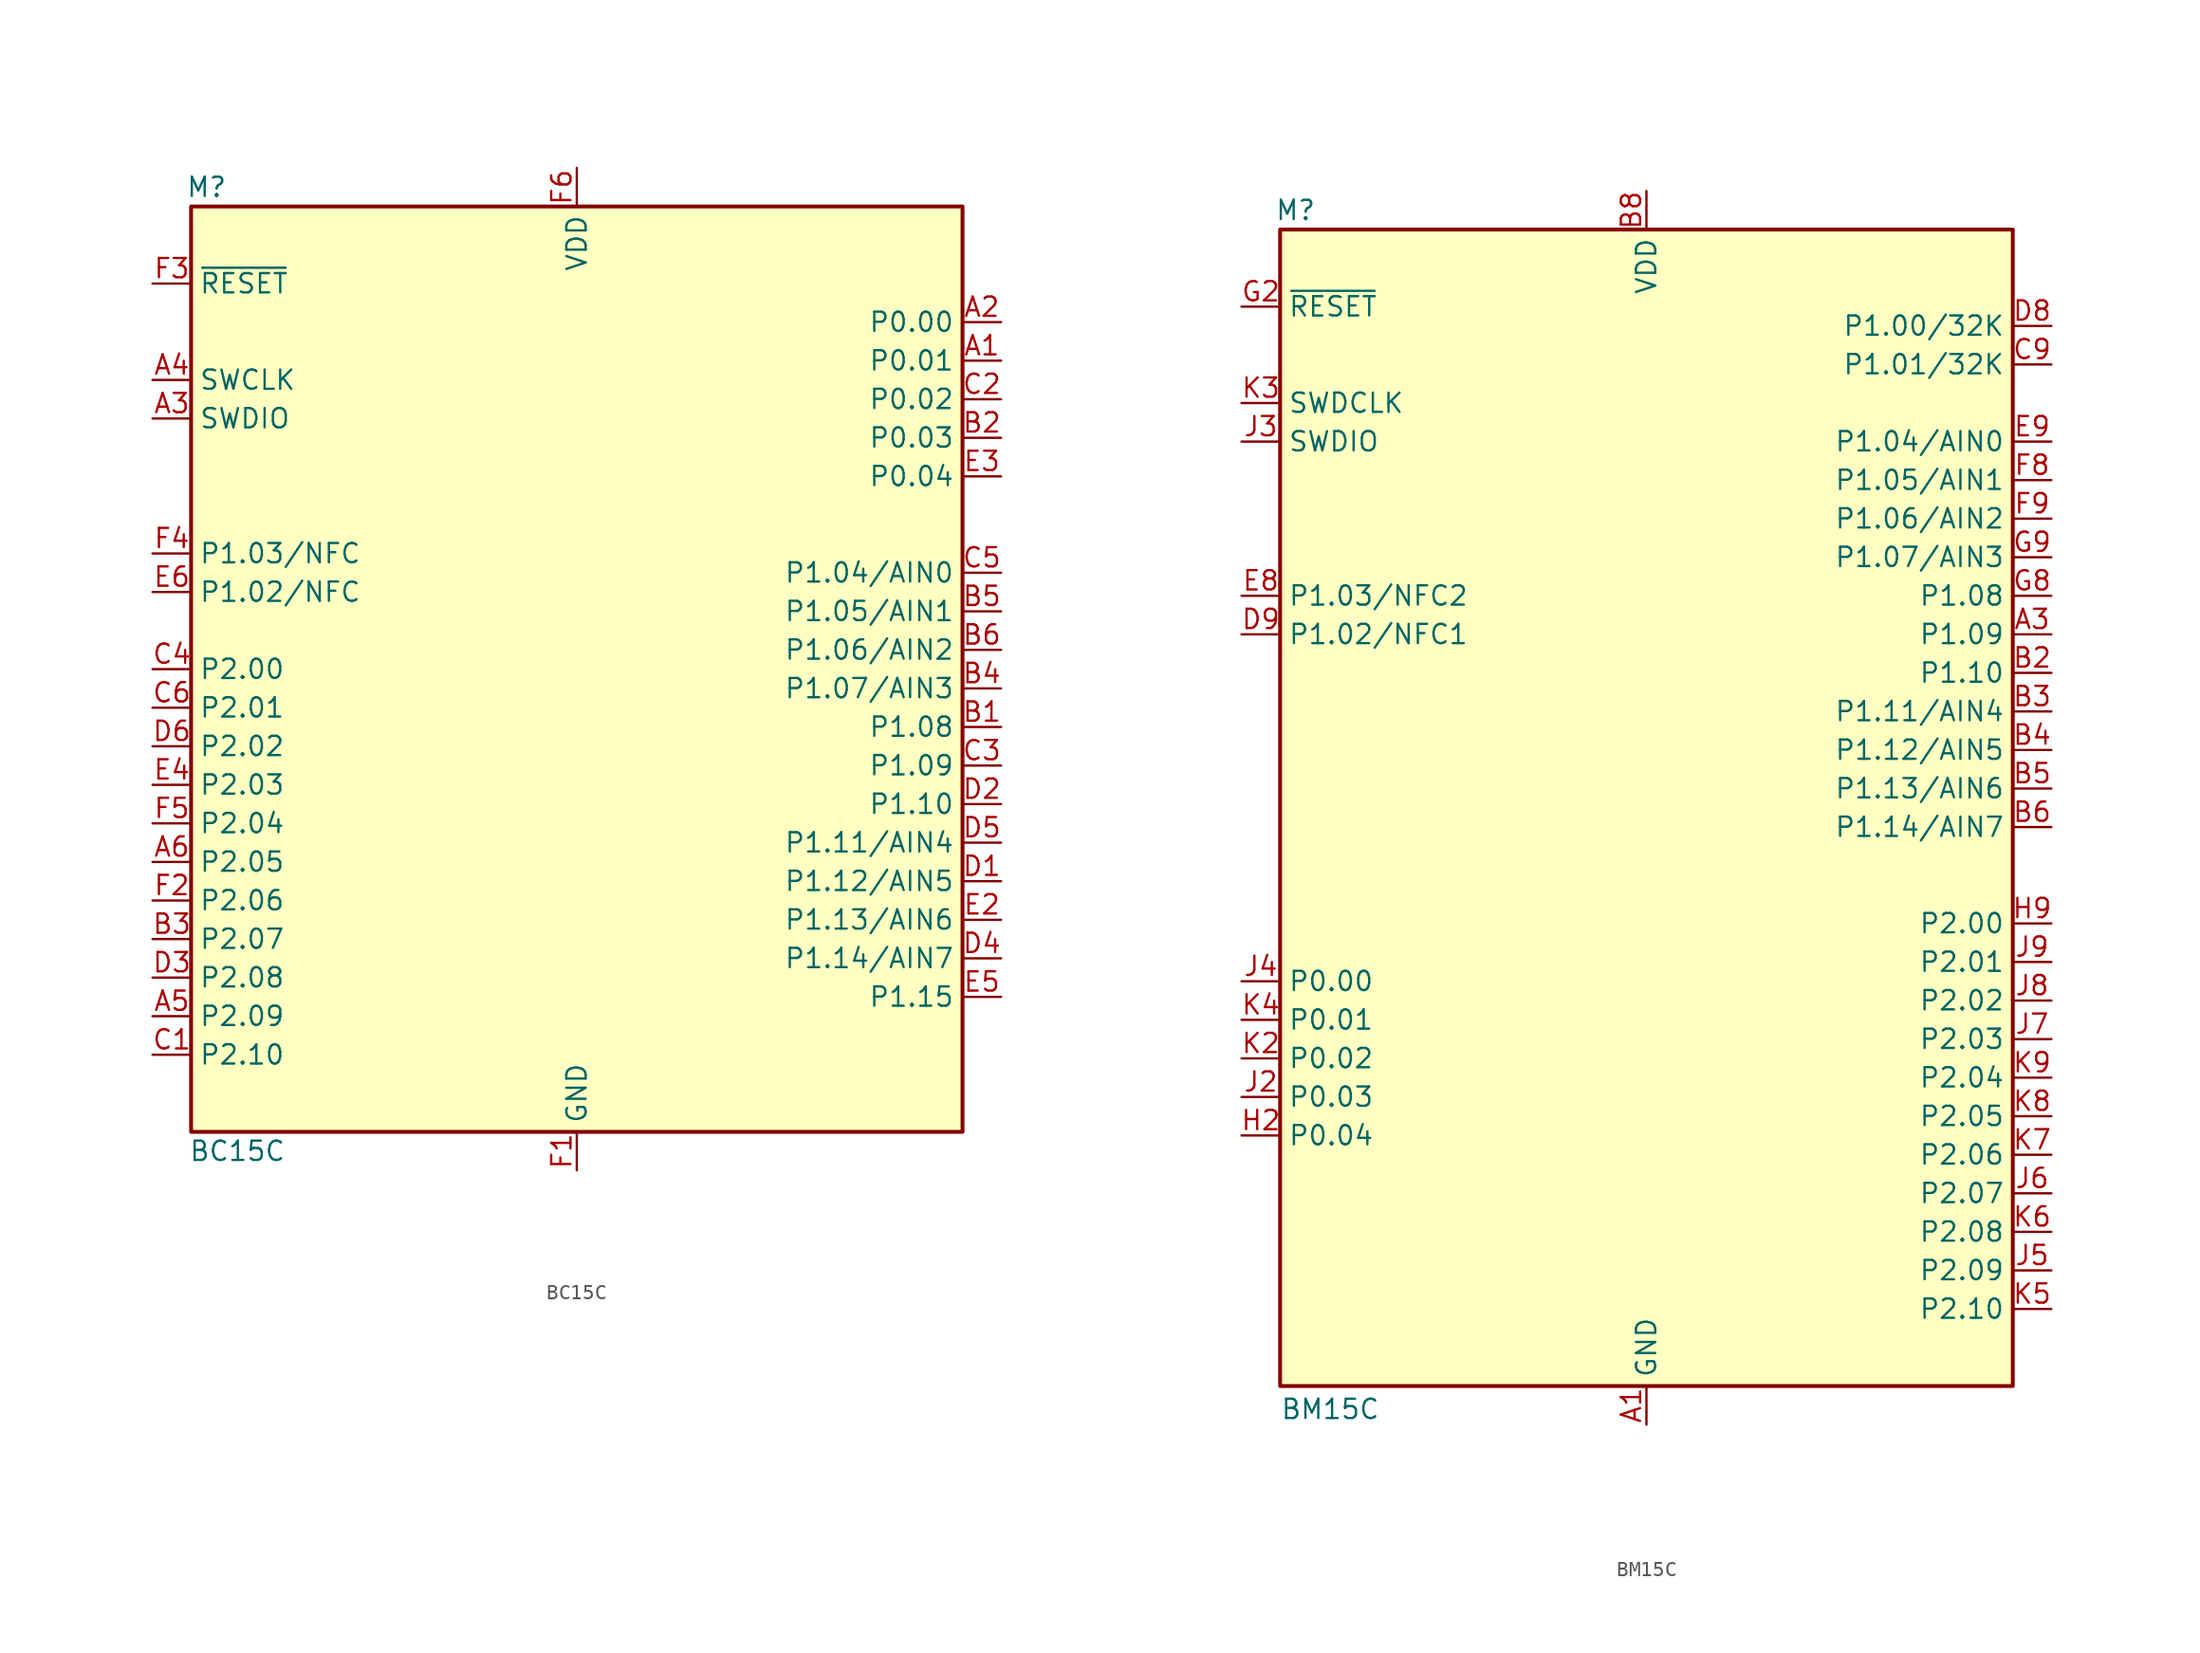
<source format=kicad_sym>
(kicad_symbol_lib
  (version 20241209)
  (generator "kicad_symbol_editor")
  (generator_version "9.0")
  (symbol "BC15C"
    (property "Reference" "M"
      (at -24.384 31.75 0)
      (effects (font (size 1.27 1.27))))
    (property "Value" "BC15C"
      (at -22.352 -31.75 0)
      (effects (font (size 1.27 1.27))))
    (symbol "BC15C_1_0"
      (rectangle (start -25.4 30.48) (end 25.4 -30.48) (stroke (width 0.254) (type default)) (fill (type background)))
      (pin input line (at -27.94 25.4 0) (length 2.54) (name "~{RESET}" (effects (font (size 1.27 1.27)))) (number "F3" (effects (font (size 1.27 1.27)))))
      (pin input line (at -27.94 19.05 0) (length 2.54) (name "SWCLK" (effects (font (size 1.27 1.27)))) (number "A4" (effects (font (size 1.27 1.27)))))
      (pin bidirectional line (at -27.94 16.51 0) (length 2.54) (name "SWDIO" (effects (font (size 1.27 1.27)))) (number "A3" (effects (font (size 1.27 1.27)))))
      (pin bidirectional line (at -27.94 7.62 0) (length 2.54) (name "P1.03/NFC" (effects (font (size 1.27 1.27)))) (number "F4" (effects (font (size 1.27 1.27)))))
      (pin bidirectional line (at -27.94 5.08 0) (length 2.54) (name "P1.02/NFC" (effects (font (size 1.27 1.27)))) (number "E6" (effects (font (size 1.27 1.27)))))
      (pin bidirectional line (at -27.94 0 0) (length 2.54) (name "P2.00" (effects (font (size 1.27 1.27)))) (number "C4" (effects (font (size 1.27 1.27)))))
      (pin bidirectional line (at -27.94 -2.54 0) (length 2.54) (name "P2.01" (effects (font (size 1.27 1.27)))) (number "C6" (effects (font (size 1.27 1.27)))))
      (pin bidirectional line (at -27.94 -5.08 0) (length 2.54) (name "P2.02" (effects (font (size 1.27 1.27)))) (number "D6" (effects (font (size 1.27 1.27)))))
      (pin bidirectional line (at -27.94 -7.62 0) (length 2.54) (name "P2.03" (effects (font (size 1.27 1.27)))) (number "E4" (effects (font (size 1.27 1.27)))))
      (pin bidirectional line (at -27.94 -10.16 0) (length 2.54) (name "P2.04" (effects (font (size 1.27 1.27)))) (number "F5" (effects (font (size 1.27 1.27)))))
      (pin bidirectional line (at -27.94 -12.7 0) (length 2.54) (name "P2.05" (effects (font (size 1.27 1.27)))) (number "A6" (effects (font (size 1.27 1.27)))))
      (pin bidirectional line (at -27.94 -15.24 0) (length 2.54) (name "P2.06" (effects (font (size 1.27 1.27)))) (number "F2" (effects (font (size 1.27 1.27)))))
      (pin bidirectional line (at -27.94 -17.78 0) (length 2.54) (name "P2.07" (effects (font (size 1.27 1.27)))) (number "B3" (effects (font (size 1.27 1.27)))))
      (pin bidirectional line (at -27.94 -20.32 0) (length 2.54) (name "P2.08" (effects (font (size 1.27 1.27)))) (number "D3" (effects (font (size 1.27 1.27)))))
      (pin bidirectional line (at -27.94 -22.86 0) (length 2.54) (name "P2.09" (effects (font (size 1.27 1.27)))) (number "A5" (effects (font (size 1.27 1.27)))))
      (pin bidirectional line (at -27.94 -25.4 0) (length 2.54) (name "P2.10" (effects (font (size 1.27 1.27)))) (number "C1" (effects (font (size 1.27 1.27)))))
      (pin power_in line (at 0 33.02 270) (length 2.54) (name "VDD" (effects (font (size 1.27 1.27)))) (number "F6" (effects (font (size 1.27 1.27)))))
      (pin bidirectional line (at 0 -33.02 90) (length 2.54) (hide yes) (name "GND" (effects (font (size 1.27 1.27)))) (number "E1" (effects (font (size 1.27 1.27)))))
      (pin passive line (at 0 -33.02 90) (length 2.54) (name "GND" (effects (font (size 1.27 1.27)))) (number "F1" (effects (font (size 1.27 1.27)))))
      (pin bidirectional line (at 27.94 22.86 180) (length 2.54) (name "P0.00" (effects (font (size 1.27 1.27)))) (number "A2" (effects (font (size 1.27 1.27)))))
      (pin bidirectional line (at 27.94 20.32 180) (length 2.54) (name "P0.01" (effects (font (size 1.27 1.27)))) (number "A1" (effects (font (size 1.27 1.27)))))
      (pin bidirectional line (at 27.94 17.78 180) (length 2.54) (name "P0.02" (effects (font (size 1.27 1.27)))) (number "C2" (effects (font (size 1.27 1.27)))))
      (pin bidirectional line (at 27.94 15.24 180) (length 2.54) (name "P0.03" (effects (font (size 1.27 1.27)))) (number "B2" (effects (font (size 1.27 1.27)))))
      (pin bidirectional line (at 27.94 12.7 180) (length 2.54) (name "P0.04" (effects (font (size 1.27 1.27)))) (number "E3" (effects (font (size 1.27 1.27)))))
      (pin bidirectional line (at 27.94 6.35 180) (length 2.54) (name "P1.04/AIN0" (effects (font (size 1.27 1.27)))) (number "C5" (effects (font (size 1.27 1.27)))))
      (pin bidirectional line (at 27.94 3.81 180) (length 2.54) (name "P1.05/AIN1" (effects (font (size 1.27 1.27)))) (number "B5" (effects (font (size 1.27 1.27)))))
      (pin bidirectional line (at 27.94 1.27 180) (length 2.54) (name "P1.06/AIN2" (effects (font (size 1.27 1.27)))) (number "B6" (effects (font (size 1.27 1.27)))))
      (pin bidirectional line (at 27.94 -1.27 180) (length 2.54) (name "P1.07/AIN3" (effects (font (size 1.27 1.27)))) (number "B4" (effects (font (size 1.27 1.27)))))
      (pin bidirectional line (at 27.94 -3.81 180) (length 2.54) (name "P1.08" (effects (font (size 1.27 1.27)))) (number "B1" (effects (font (size 1.27 1.27)))))
      (pin bidirectional line (at 27.94 -6.35 180) (length 2.54) (name "P1.09" (effects (font (size 1.27 1.27)))) (number "C3" (effects (font (size 1.27 1.27)))))
      (pin bidirectional line (at 27.94 -8.89 180) (length 2.54) (name "P1.10" (effects (font (size 1.27 1.27)))) (number "D2" (effects (font (size 1.27 1.27)))))
      (pin bidirectional line (at 27.94 -11.43 180) (length 2.54) (name "P1.11/AIN4" (effects (font (size 1.27 1.27)))) (number "D5" (effects (font (size 1.27 1.27)))))
      (pin bidirectional line (at 27.94 -13.97 180) (length 2.54) (name "P1.12/AIN5" (effects (font (size 1.27 1.27)))) (number "D1" (effects (font (size 1.27 1.27)))))
      (pin bidirectional line (at 27.94 -16.51 180) (length 2.54) (name "P1.13/AIN6" (effects (font (size 1.27 1.27)))) (number "E2" (effects (font (size 1.27 1.27)))))
      (pin bidirectional line (at 27.94 -19.05 180) (length 2.54) (name "P1.14/AIN7" (effects (font (size 1.27 1.27)))) (number "D4" (effects (font (size 1.27 1.27)))))
      (pin bidirectional line (at 27.94 -21.59 180) (length 2.54) (name "P1.15" (effects (font (size 1.27 1.27)))) (number "E5" (effects (font (size 1.27 1.27)))))))
  (symbol "BM15C"
    (property "Reference" "M"
      (at -23.114 39.37 0)
      (effects (font (size 1.27 1.27))))
    (property "Value" "BM15C"
      (at -20.828 -39.624 0)
      (effects (font (size 1.27 1.27))))
    (symbol "BM15C_1_0"
      (pin bidirectional line (at -26.67 33.02 0) (length 2.54) (name "~{RESET}" (effects (font (size 1.27 1.27)))) (number "G2" (effects (font (size 1.27 1.27)))))
      (pin bidirectional line (at -26.67 26.67 0) (length 2.54) (name "SWDCLK" (effects (font (size 1.27 1.27)))) (number "K3" (effects (font (size 1.27 1.27)))))
      (pin bidirectional line (at -26.67 24.13 0) (length 2.54) (name "SWDIO" (effects (font (size 1.27 1.27)))) (number "J3" (effects (font (size 1.27 1.27)))))
      (pin bidirectional line (at -26.67 13.97 0) (length 2.54) (name "P1.03/NFC2" (effects (font (size 1.27 1.27)))) (number "E8" (effects (font (size 1.27 1.27)))))
      (pin bidirectional line (at -26.67 11.43 0) (length 2.54) (name "P1.02/NFC1" (effects (font (size 1.27 1.27)))) (number "D9" (effects (font (size 1.27 1.27)))))
      (pin bidirectional line (at -26.67 -11.43 0) (length 2.54) (name "P0.00" (effects (font (size 1.27 1.27)))) (number "J4" (effects (font (size 1.27 1.27)))))
      (pin bidirectional line (at -26.67 -13.97 0) (length 2.54) (name "P0.01" (effects (font (size 1.27 1.27)))) (number "K4" (effects (font (size 1.27 1.27)))))
      (pin bidirectional line (at -26.67 -16.51 0) (length 2.54) (name "P0.02" (effects (font (size 1.27 1.27)))) (number "K2" (effects (font (size 1.27 1.27)))))
      (pin bidirectional line (at -26.67 -19.05 0) (length 2.54) (name "P0.03" (effects (font (size 1.27 1.27)))) (number "J2" (effects (font (size 1.27 1.27)))))
      (pin bidirectional line (at -26.67 -21.59 0) (length 2.54) (name "P0.04" (effects (font (size 1.27 1.27)))) (number "H2" (effects (font (size 1.27 1.27)))))
      (pin power_in line (at 0 40.64 270) (length 2.54) (name "VDD" (effects (font (size 1.27 1.27)))) (number "B8" (effects (font (size 1.27 1.27)))))
      (pin power_in line (at 0 40.64 270) (length 2.54) (hide yes) (name "VDD" (effects (font (size 1.27 1.27)))) (number "C8" (effects (font (size 1.27 1.27)))))
      (pin passive line (at 0 -40.64 90) (length 2.54) (name "GND" (effects (font (size 1.27 1.27)))) (number "A1" (effects (font (size 1.27 1.27)))))
      (pin passive line (at 0 -40.64 90) (length 2.54) (hide yes) (name "GND" (effects (font (size 1.27 1.27)))) (number "A9" (effects (font (size 1.27 1.27)))))
      (pin passive line (at 0 -40.64 90) (length 2.54) (hide yes) (name "GND" (effects (font (size 1.27 1.27)))) (number "B1" (effects (font (size 1.27 1.27)))))
      (pin passive line (at 0 -40.64 90) (length 2.54) (hide yes) (name "GND" (effects (font (size 1.27 1.27)))) (number "B7" (effects (font (size 1.27 1.27)))))
      (pin passive line (at 0 -40.64 90) (length 2.54) (hide yes) (name "GND" (effects (font (size 1.27 1.27)))) (number "B9" (effects (font (size 1.27 1.27)))))
      (pin passive line (at 0 -40.64 90) (length 2.54) (hide yes) (name "GND" (effects (font (size 1.27 1.27)))) (number "D1" (effects (font (size 1.27 1.27)))))
      (pin passive line (at 0 -40.64 90) (length 2.54) (hide yes) (name "GND" (effects (font (size 1.27 1.27)))) (number "E1" (effects (font (size 1.27 1.27)))))
      (pin passive line (at 0 -40.64 90) (length 2.54) (hide yes) (name "GND" (effects (font (size 1.27 1.27)))) (number "F1" (effects (font (size 1.27 1.27)))))
      (pin passive line (at 0 -40.64 90) (length 2.54) (hide yes) (name "GND" (effects (font (size 1.27 1.27)))) (number "H8" (effects (font (size 1.27 1.27)))))
      (pin bidirectional line (at 26.67 31.75 180) (length 2.54) (name "P1.00/32K" (effects (font (size 1.27 1.27)))) (number "D8" (effects (font (size 1.27 1.27)))))
      (pin bidirectional line (at 26.67 29.21 180) (length 2.54) (name "P1.01/32K" (effects (font (size 1.27 1.27)))) (number "C9" (effects (font (size 1.27 1.27)))))
      (pin bidirectional line (at 26.67 24.13 180) (length 2.54) (name "P1.04/AIN0" (effects (font (size 1.27 1.27)))) (number "E9" (effects (font (size 1.27 1.27)))))
      (pin bidirectional line (at 26.67 21.59 180) (length 2.54) (name "P1.05/AIN1" (effects (font (size 1.27 1.27)))) (number "F8" (effects (font (size 1.27 1.27)))))
      (pin bidirectional line (at 26.67 19.05 180) (length 2.54) (name "P1.06/AIN2" (effects (font (size 1.27 1.27)))) (number "F9" (effects (font (size 1.27 1.27)))))
      (pin bidirectional line (at 26.67 16.51 180) (length 2.54) (name "P1.07/AIN3" (effects (font (size 1.27 1.27)))) (number "G9" (effects (font (size 1.27 1.27)))))
      (pin bidirectional line (at 26.67 13.97 180) (length 2.54) (name "P1.08" (effects (font (size 1.27 1.27)))) (number "G8" (effects (font (size 1.27 1.27)))))
      (pin bidirectional line (at 26.67 11.43 180) (length 2.54) (name "P1.09" (effects (font (size 1.27 1.27)))) (number "A3" (effects (font (size 1.27 1.27)))))
      (pin bidirectional line (at 26.67 8.89 180) (length 2.54) (name "P1.10" (effects (font (size 1.27 1.27)))) (number "B2" (effects (font (size 1.27 1.27)))))
      (pin bidirectional line (at 26.67 6.35 180) (length 2.54) (name "P1.11/AIN4" (effects (font (size 1.27 1.27)))) (number "B3" (effects (font (size 1.27 1.27)))))
      (pin bidirectional line (at 26.67 3.81 180) (length 2.54) (name "P1.12/AIN5" (effects (font (size 1.27 1.27)))) (number "B4" (effects (font (size 1.27 1.27)))))
      (pin bidirectional line (at 26.67 1.27 180) (length 2.54) (name "P1.13/AIN6" (effects (font (size 1.27 1.27)))) (number "B5" (effects (font (size 1.27 1.27)))))
      (pin bidirectional line (at 26.67 -1.27 180) (length 2.54) (name "P1.14/AIN7" (effects (font (size 1.27 1.27)))) (number "B6" (effects (font (size 1.27 1.27)))))
      (pin bidirectional line (at 26.67 -7.62 180) (length 2.54) (name "P2.00" (effects (font (size 1.27 1.27)))) (number "H9" (effects (font (size 1.27 1.27)))))
      (pin bidirectional line (at 26.67 -10.16 180) (length 2.54) (name "P2.01" (effects (font (size 1.27 1.27)))) (number "J9" (effects (font (size 1.27 1.27)))))
      (pin bidirectional line (at 26.67 -12.7 180) (length 2.54) (name "P2.02" (effects (font (size 1.27 1.27)))) (number "J8" (effects (font (size 1.27 1.27)))))
      (pin bidirectional line (at 26.67 -15.24 180) (length 2.54) (name "P2.03" (effects (font (size 1.27 1.27)))) (number "J7" (effects (font (size 1.27 1.27)))))
      (pin bidirectional line (at 26.67 -17.78 180) (length 2.54) (name "P2.04" (effects (font (size 1.27 1.27)))) (number "K9" (effects (font (size 1.27 1.27)))))
      (pin bidirectional line (at 26.67 -20.32 180) (length 2.54) (name "P2.05" (effects (font (size 1.27 1.27)))) (number "K8" (effects (font (size 1.27 1.27)))))
      (pin bidirectional line (at 26.67 -22.86 180) (length 2.54) (name "P2.06" (effects (font (size 1.27 1.27)))) (number "K7" (effects (font (size 1.27 1.27)))))
      (pin bidirectional line (at 26.67 -25.4 180) (length 2.54) (name "P2.07" (effects (font (size 1.27 1.27)))) (number "J6" (effects (font (size 1.27 1.27)))))
      (pin bidirectional line (at 26.67 -27.94 180) (length 2.54) (name "P2.08" (effects (font (size 1.27 1.27)))) (number "K6" (effects (font (size 1.27 1.27)))))
      (pin bidirectional line (at 26.67 -30.48 180) (length 2.54) (name "P2.09" (effects (font (size 1.27 1.27)))) (number "J5" (effects (font (size 1.27 1.27)))))
      (pin bidirectional line (at 26.67 -33.02 180) (length 2.54) (name "P2.10" (effects (font (size 1.27 1.27)))) (number "K5" (effects (font (size 1.27 1.27))))))
    (symbol "BM15C_1_1"
      (rectangle (start -24.13 38.1) (end 24.13 -38.1) (stroke (width 0.254) (type default)) (fill (type background))))))
</source>
